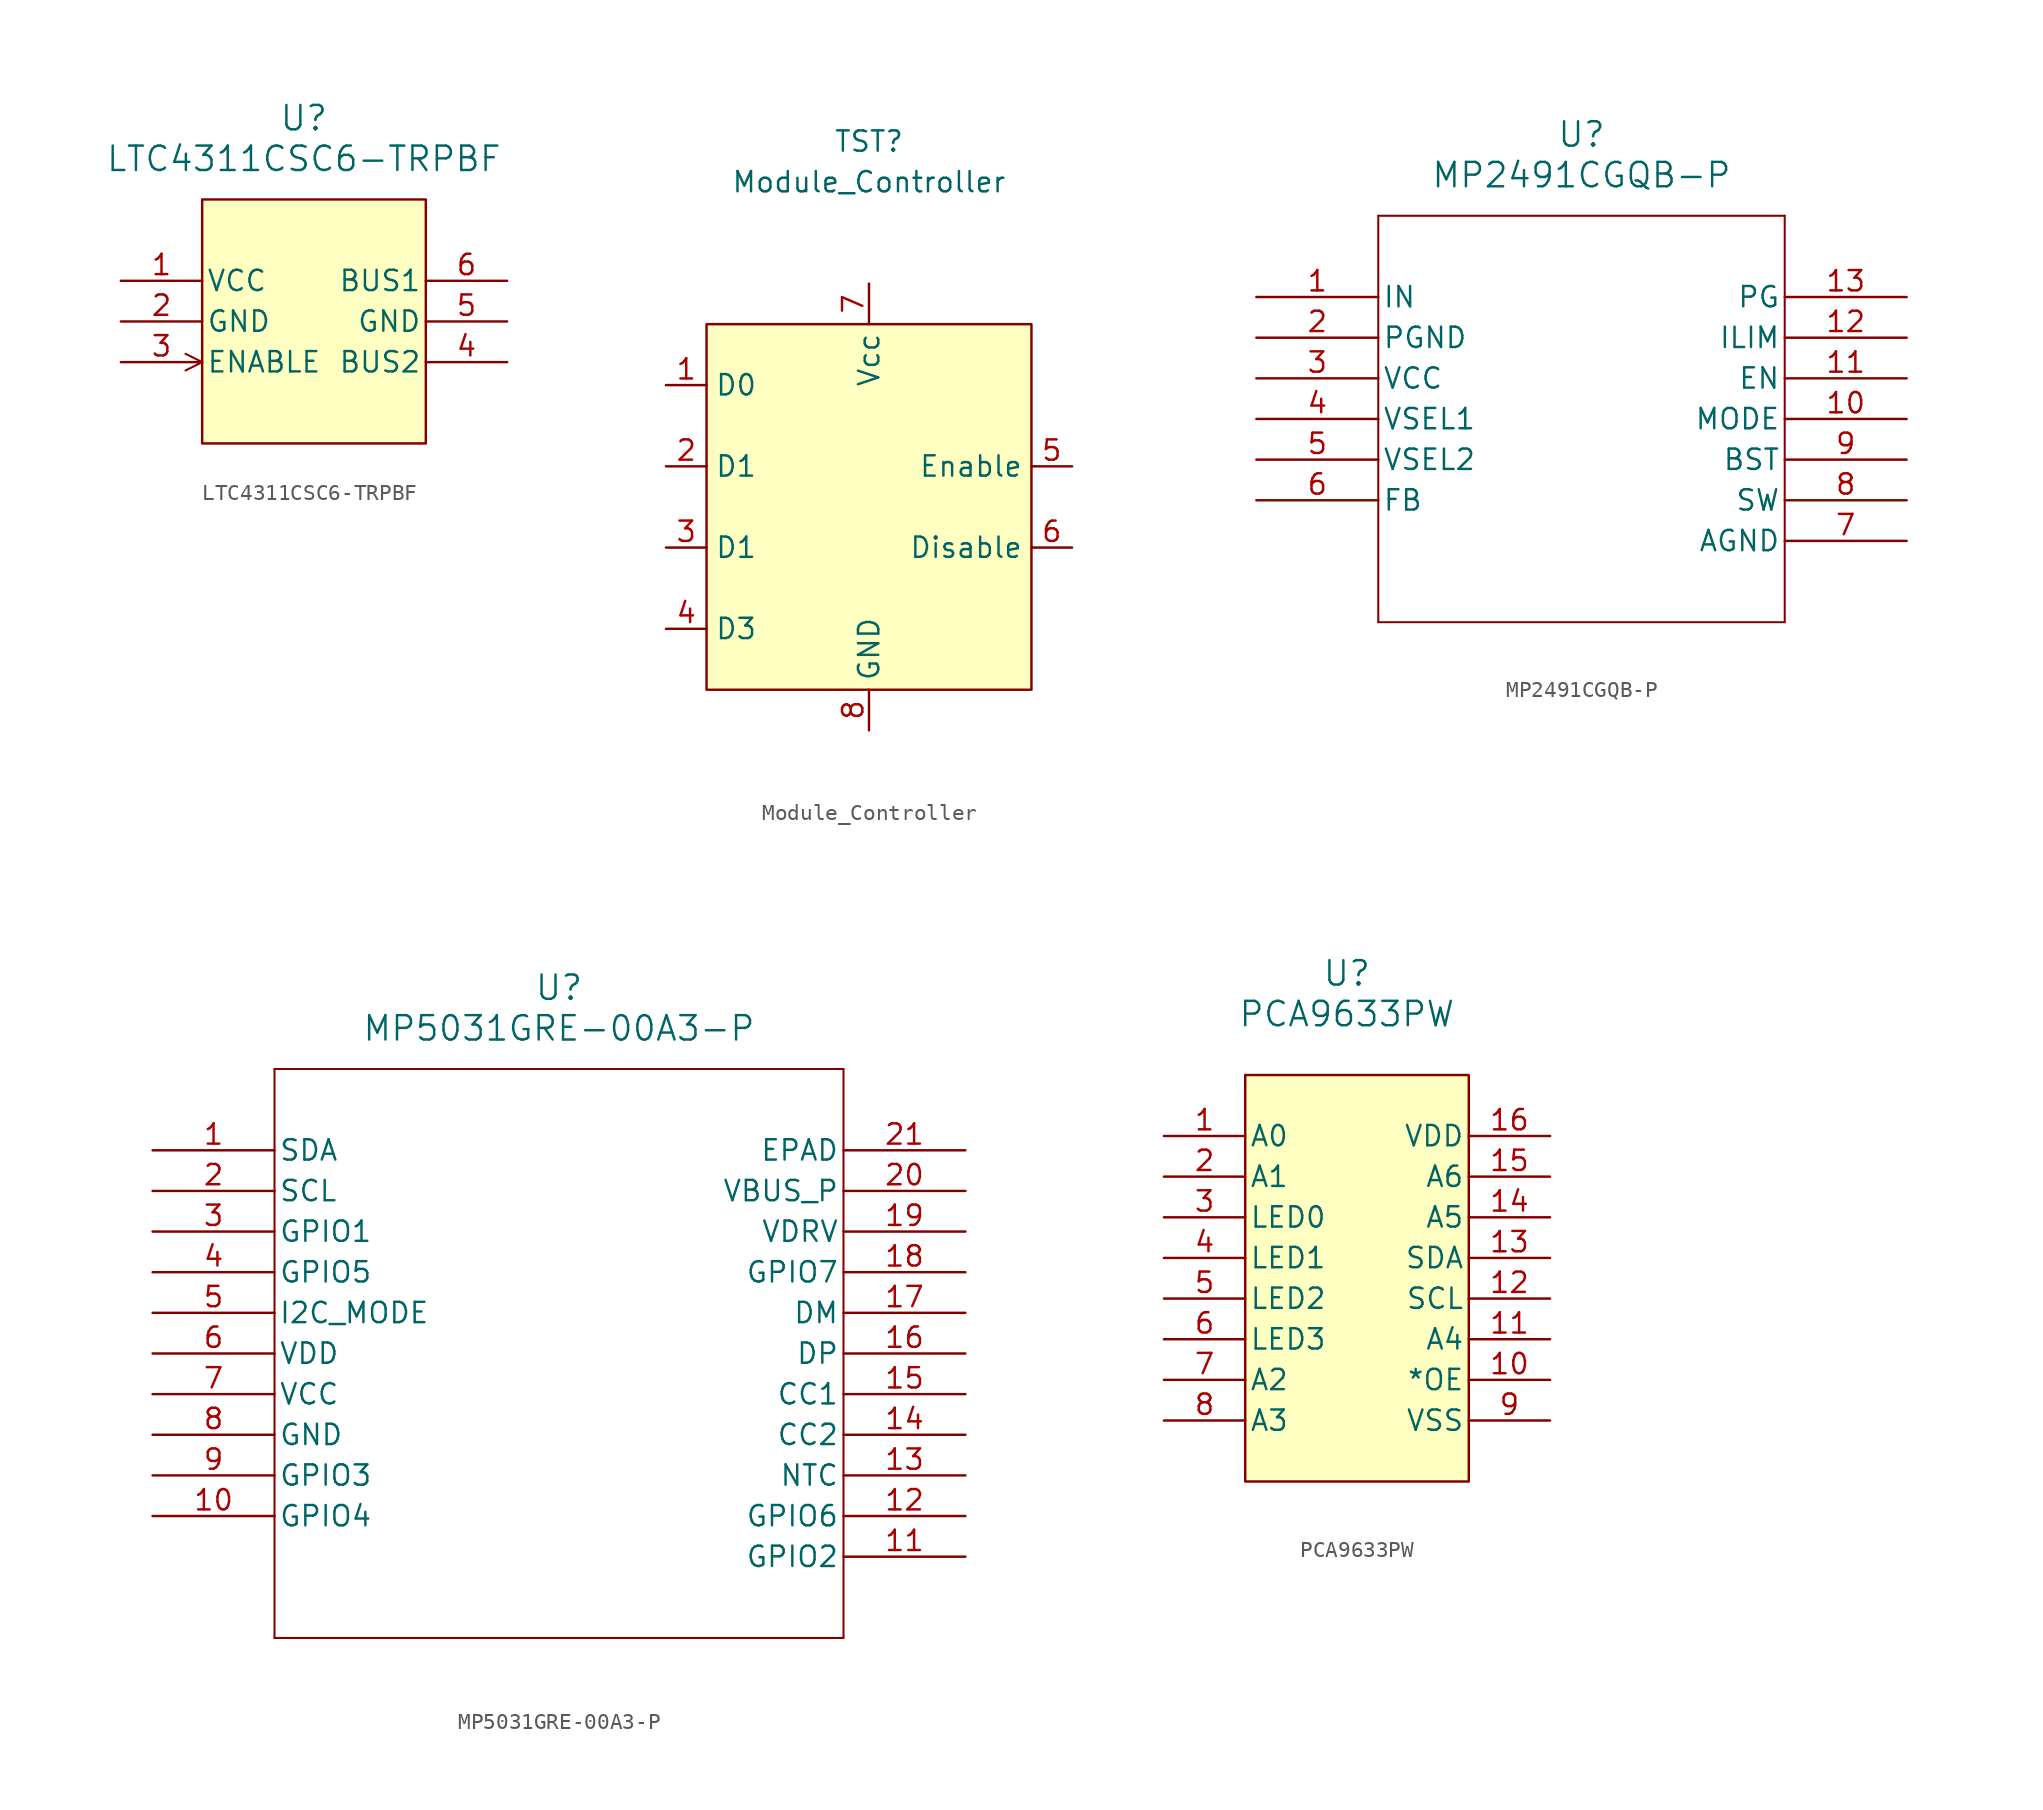
<source format=kicad_sym>
(kicad_symbol_lib
  (version 20211014)
  (generator kicad_symbol_editor)
  (symbol "LTC4311CSC6-TRPBF"
    (pin_names
      (offset 0.254))
    (property "Reference" "U"
      (at 0 12.7 0)
      (effects (font (size 1.524 1.524))))
    (property "Value" "LTC4311CSC6-TRPBF"
      (at 0 10.16 0)
      (effects (font (size 1.524 1.524))))
    (property "ki_locked" ""
      (at 0 0 0)
      (effects (font (size 1.27 1.27))))
    (symbol "LTC4311CSC6-TRPBF_0_1"
      (rectangle (start -6.35 7.62) (end 7.62 -7.62) (stroke (width 0) (type default) (color 0 0 0 0)) (fill (type background)))
      (polyline (pts (xy -6.35 -2.54) (xy -7.391 -3.061)) (stroke (width 0.127) (type default) (color 0 0 0 0)) (fill (type none)))
      (polyline (pts (xy -6.35 -2.54) (xy -7.391 -2.019)) (stroke (width 0.127) (type default) (color 0 0 0 0)) (fill (type none)))
      (pin power_in line (at -11.43 2.54 0) (length 5.08) (name "VCC" (effects (font (size 1.27 1.27)))) (number "1" (effects (font (size 1.27 1.27)))))
      (pin power_in line (at -11.43 0 0) (length 5.08) (name "GND" (effects (font (size 1.27 1.27)))) (number "2" (effects (font (size 1.27 1.27)))))
      (pin input line (at -11.43 -2.54 0) (length 5.08) (name "ENABLE" (effects (font (size 1.27 1.27)))) (number "3" (effects (font (size 1.27 1.27)))))
      (pin unspecified line (at 12.7 -2.54 180) (length 5.08) (name "BUS2" (effects (font (size 1.27 1.27)))) (number "4" (effects (font (size 1.27 1.27)))))
      (pin power_in line (at 12.7 0 180) (length 5.08) (name "GND" (effects (font (size 1.27 1.27)))) (number "5" (effects (font (size 1.27 1.27)))))
      (pin unspecified line (at 12.7 2.54 180) (length 5.08) (name "BUS1" (effects (font (size 1.27 1.27)))) (number "6" (effects (font (size 1.27 1.27)))))))
  (symbol "Module_Controller"
    (property "Reference" "TST"
      (at 0 22.86 0)
      (effects (font (size 1.27 1.27))))
    (property "Value" "Module_Controller"
      (at 0 20.32 0)
      (effects (font (size 1.27 1.27))))
    (symbol "Module_Controller_0_1"
      (rectangle (start -10.16 11.43) (end 10.16 -11.43) (stroke (width 0) (type default) (color 0 0 0 0)) (fill (type background))))
    (symbol "Module_Controller_1_1"
      (pin input line (at -12.7 7.62 0) (length 2.54) (name "D0" (effects (font (size 1.27 1.27)))) (number "1" (effects (font (size 1.27 1.27)))))
      (pin input line (at -12.7 2.54 0) (length 2.54) (name "D1" (effects (font (size 1.27 1.27)))) (number "2" (effects (font (size 1.27 1.27)))))
      (pin input line (at -12.7 -2.54 0) (length 2.54) (name "D1" (effects (font (size 1.27 1.27)))) (number "3" (effects (font (size 1.27 1.27)))))
      (pin input line (at -12.7 -7.62 0) (length 2.54) (name "D3" (effects (font (size 1.27 1.27)))) (number "4" (effects (font (size 1.27 1.27)))))
      (pin input line (at 12.7 2.54 180) (length 2.54) (name "Enable" (effects (font (size 1.27 1.27)))) (number "5" (effects (font (size 1.27 1.27)))))
      (pin input line (at 12.7 -2.54 180) (length 2.54) (name "Disable" (effects (font (size 1.27 1.27)))) (number "6" (effects (font (size 1.27 1.27)))))
      (pin input line (at 0 13.97 270) (length 2.54) (name "Vcc" (effects (font (size 1.27 1.27)))) (number "7" (effects (font (size 1.27 1.27)))))
      (pin input line (at 0 -13.97 90) (length 2.54) (name "GND" (effects (font (size 1.27 1.27)))) (number "8" (effects (font (size 1.27 1.27)))))))
  (symbol "MP2491CGQB-P"
    (pin_names
      (offset 0.254))
    (property "Reference" "U"
      (at 20.32 10.16 0)
      (effects (font (size 1.524 1.524))))
    (property "Value" "MP2491CGQB-P"
      (at 20.32 7.62 0)
      (effects (font (size 1.524 1.524))))
    (property "ki_locked" ""
      (at 0 0 0)
      (effects (font (size 1.27 1.27))))
    (symbol "MP2491CGQB-P_0_1"
      (polyline (pts (xy 7.62 -20.32) (xy 33.02 -20.32)) (stroke (width 0.127) (type default) (color 0 0 0 0)) (fill (type none)))
      (polyline (pts (xy 7.62 5.08) (xy 7.62 -20.32)) (stroke (width 0.127) (type default) (color 0 0 0 0)) (fill (type none)))
      (polyline (pts (xy 33.02 -20.32) (xy 33.02 5.08)) (stroke (width 0.127) (type default) (color 0 0 0 0)) (fill (type none)))
      (polyline (pts (xy 33.02 5.08) (xy 7.62 5.08)) (stroke (width 0.127) (type default) (color 0 0 0 0)) (fill (type none)))
      (pin power_in line (at 0 0 0) (length 7.62) (name "IN" (effects (font (size 1.27 1.27)))) (number "1" (effects (font (size 1.27 1.27)))))
      (pin unspecified line (at 40.64 -7.62 180) (length 7.62) (name "MODE" (effects (font (size 1.27 1.27)))) (number "10" (effects (font (size 1.27 1.27)))))
      (pin unspecified line (at 40.64 -5.08 180) (length 7.62) (name "EN" (effects (font (size 1.27 1.27)))) (number "11" (effects (font (size 1.27 1.27)))))
      (pin unspecified line (at 40.64 -2.54 180) (length 7.62) (name "ILIM" (effects (font (size 1.27 1.27)))) (number "12" (effects (font (size 1.27 1.27)))))
      (pin output line (at 40.64 0 180) (length 7.62) (name "PG" (effects (font (size 1.27 1.27)))) (number "13" (effects (font (size 1.27 1.27)))))
      (pin power_out line (at 0 -2.54 0) (length 7.62) (name "PGND" (effects (font (size 1.27 1.27)))) (number "2" (effects (font (size 1.27 1.27)))))
      (pin power_in line (at 0 -5.08 0) (length 7.62) (name "VCC" (effects (font (size 1.27 1.27)))) (number "3" (effects (font (size 1.27 1.27)))))
      (pin unspecified line (at 0 -7.62 0) (length 7.62) (name "VSEL1" (effects (font (size 1.27 1.27)))) (number "4" (effects (font (size 1.27 1.27)))))
      (pin unspecified line (at 0 -10.16 0) (length 7.62) (name "VSEL2" (effects (font (size 1.27 1.27)))) (number "5" (effects (font (size 1.27 1.27)))))
      (pin unspecified line (at 0 -12.7 0) (length 7.62) (name "FB" (effects (font (size 1.27 1.27)))) (number "6" (effects (font (size 1.27 1.27)))))
      (pin power_out line (at 40.64 -15.24 180) (length 7.62) (name "AGND" (effects (font (size 1.27 1.27)))) (number "7" (effects (font (size 1.27 1.27)))))
      (pin output line (at 40.64 -12.7 180) (length 7.62) (name "SW" (effects (font (size 1.27 1.27)))) (number "8" (effects (font (size 1.27 1.27)))))
      (pin unspecified line (at 40.64 -10.16 180) (length 7.62) (name "BST" (effects (font (size 1.27 1.27)))) (number "9" (effects (font (size 1.27 1.27)))))))
  (symbol "MP5031GRE-00A3-P"
    (pin_names
      (offset 0.254))
    (property "Reference" "U"
      (at 25.4 10.16 0)
      (effects (font (size 1.524 1.524))))
    (property "Value" "MP5031GRE-00A3-P"
      (at 25.4 7.62 0)
      (effects (font (size 1.524 1.524))))
    (property "ki_locked" ""
      (at 0 0 0)
      (effects (font (size 1.27 1.27))))
    (symbol "MP5031GRE-00A3-P_0_1"
      (polyline (pts (xy 7.62 -30.48) (xy 43.18 -30.48)) (stroke (width 0.127) (type default) (color 0 0 0 0)) (fill (type none)))
      (polyline (pts (xy 7.62 5.08) (xy 7.62 -30.48)) (stroke (width 0.127) (type default) (color 0 0 0 0)) (fill (type none)))
      (polyline (pts (xy 43.18 -30.48) (xy 43.18 5.08)) (stroke (width 0.127) (type default) (color 0 0 0 0)) (fill (type none)))
      (polyline (pts (xy 43.18 5.08) (xy 7.62 5.08)) (stroke (width 0.127) (type default) (color 0 0 0 0)) (fill (type none)))
      (pin bidirectional line (at 0 0 0) (length 7.62) (name "SDA" (effects (font (size 1.27 1.27)))) (number "1" (effects (font (size 1.27 1.27)))))
      (pin bidirectional line (at 0 -22.86 0) (length 7.62) (name "GPIO4" (effects (font (size 1.27 1.27)))) (number "10" (effects (font (size 1.27 1.27)))))
      (pin bidirectional line (at 50.8 -25.4 180) (length 7.62) (name "GPIO2" (effects (font (size 1.27 1.27)))) (number "11" (effects (font (size 1.27 1.27)))))
      (pin bidirectional line (at 50.8 -22.86 180) (length 7.62) (name "GPIO6" (effects (font (size 1.27 1.27)))) (number "12" (effects (font (size 1.27 1.27)))))
      (pin input line (at 50.8 -20.32 180) (length 7.62) (name "NTC" (effects (font (size 1.27 1.27)))) (number "13" (effects (font (size 1.27 1.27)))))
      (pin bidirectional line (at 50.8 -17.78 180) (length 7.62) (name "CC2" (effects (font (size 1.27 1.27)))) (number "14" (effects (font (size 1.27 1.27)))))
      (pin bidirectional line (at 50.8 -15.24 180) (length 7.62) (name "CC1" (effects (font (size 1.27 1.27)))) (number "15" (effects (font (size 1.27 1.27)))))
      (pin bidirectional line (at 50.8 -12.7 180) (length 7.62) (name "DP" (effects (font (size 1.27 1.27)))) (number "16" (effects (font (size 1.27 1.27)))))
      (pin bidirectional line (at 50.8 -10.16 180) (length 7.62) (name "DM" (effects (font (size 1.27 1.27)))) (number "17" (effects (font (size 1.27 1.27)))))
      (pin bidirectional line (at 50.8 -7.62 180) (length 7.62) (name "GPIO7" (effects (font (size 1.27 1.27)))) (number "18" (effects (font (size 1.27 1.27)))))
      (pin output line (at 50.8 -5.08 180) (length 7.62) (name "VDRV" (effects (font (size 1.27 1.27)))) (number "19" (effects (font (size 1.27 1.27)))))
      (pin bidirectional line (at 0 -2.54 0) (length 7.62) (name "SCL" (effects (font (size 1.27 1.27)))) (number "2" (effects (font (size 1.27 1.27)))))
      (pin power_in line (at 50.8 -2.54 180) (length 7.62) (name "VBUS_P" (effects (font (size 1.27 1.27)))) (number "20" (effects (font (size 1.27 1.27)))))
      (pin power_in line (at 50.8 0 180) (length 7.62) (name "EPAD" (effects (font (size 1.27 1.27)))) (number "21" (effects (font (size 1.27 1.27)))))
      (pin bidirectional line (at 0 -5.08 0) (length 7.62) (name "GPIO1" (effects (font (size 1.27 1.27)))) (number "3" (effects (font (size 1.27 1.27)))))
      (pin bidirectional line (at 0 -7.62 0) (length 7.62) (name "GPIO5" (effects (font (size 1.27 1.27)))) (number "4" (effects (font (size 1.27 1.27)))))
      (pin input line (at 0 -10.16 0) (length 7.62) (name "I2C_MODE" (effects (font (size 1.27 1.27)))) (number "5" (effects (font (size 1.27 1.27)))))
      (pin power_in line (at 0 -12.7 0) (length 7.62) (name "VDD" (effects (font (size 1.27 1.27)))) (number "6" (effects (font (size 1.27 1.27)))))
      (pin input line (at 0 -15.24 0) (length 7.62) (name "VCC" (effects (font (size 1.27 1.27)))) (number "7" (effects (font (size 1.27 1.27)))))
      (pin power_in line (at 0 -17.78 0) (length 7.62) (name "GND" (effects (font (size 1.27 1.27)))) (number "8" (effects (font (size 1.27 1.27)))))
      (pin bidirectional line (at 0 -20.32 0) (length 7.62) (name "GPIO3" (effects (font (size 1.27 1.27)))) (number "9" (effects (font (size 1.27 1.27)))))))
  (symbol "PCA9633PW"
    (pin_names
      (offset 0.254))
    (property "Reference" "U"
      (at 0 19.05 0)
      (effects (font (size 1.524 1.524))))
    (property "Value" "PCA9633PW"
      (at 0 16.51 0)
      (effects (font (size 1.524 1.524))))
    (property "ki_locked" ""
      (at 0 0 0)
      (effects (font (size 1.27 1.27))))
    (symbol "PCA9633PW_0_1"
      (rectangle (start -6.35 12.7) (end 7.62 -12.7) (stroke (width 0) (type default) (color 0 0 0 0)) (fill (type background)))
      (pin unspecified line (at -11.43 8.89 0) (length 5.08) (name "A0" (effects (font (size 1.27 1.27)))) (number "1" (effects (font (size 1.27 1.27)))))
      (pin unspecified line (at 12.7 -6.35 180) (length 5.08) (name "*OE" (effects (font (size 1.27 1.27)))) (number "10" (effects (font (size 1.27 1.27)))))
      (pin unspecified line (at 12.7 -3.81 180) (length 5.08) (name "A4" (effects (font (size 1.27 1.27)))) (number "11" (effects (font (size 1.27 1.27)))))
      (pin unspecified line (at 12.7 -1.27 180) (length 5.08) (name "SCL" (effects (font (size 1.27 1.27)))) (number "12" (effects (font (size 1.27 1.27)))))
      (pin unspecified line (at 12.7 1.27 180) (length 5.08) (name "SDA" (effects (font (size 1.27 1.27)))) (number "13" (effects (font (size 1.27 1.27)))))
      (pin unspecified line (at 12.7 3.81 180) (length 5.08) (name "A5" (effects (font (size 1.27 1.27)))) (number "14" (effects (font (size 1.27 1.27)))))
      (pin unspecified line (at 12.7 6.35 180) (length 5.08) (name "A6" (effects (font (size 1.27 1.27)))) (number "15" (effects (font (size 1.27 1.27)))))
      (pin unspecified line (at 12.7 8.89 180) (length 5.08) (name "VDD" (effects (font (size 1.27 1.27)))) (number "16" (effects (font (size 1.27 1.27)))))
      (pin unspecified line (at -11.43 6.35 0) (length 5.08) (name "A1" (effects (font (size 1.27 1.27)))) (number "2" (effects (font (size 1.27 1.27)))))
      (pin unspecified line (at -11.43 3.81 0) (length 5.08) (name "LED0" (effects (font (size 1.27 1.27)))) (number "3" (effects (font (size 1.27 1.27)))))
      (pin unspecified line (at -11.43 1.27 0) (length 5.08) (name "LED1" (effects (font (size 1.27 1.27)))) (number "4" (effects (font (size 1.27 1.27)))))
      (pin unspecified line (at -11.43 -1.27 0) (length 5.08) (name "LED2" (effects (font (size 1.27 1.27)))) (number "5" (effects (font (size 1.27 1.27)))))
      (pin unspecified line (at -11.43 -3.81 0) (length 5.08) (name "LED3" (effects (font (size 1.27 1.27)))) (number "6" (effects (font (size 1.27 1.27)))))
      (pin unspecified line (at -11.43 -6.35 0) (length 5.08) (name "A2" (effects (font (size 1.27 1.27)))) (number "7" (effects (font (size 1.27 1.27)))))
      (pin unspecified line (at -11.43 -8.89 0) (length 5.08) (name "A3" (effects (font (size 1.27 1.27)))) (number "8" (effects (font (size 1.27 1.27)))))
      (pin unspecified line (at 12.7 -8.89 180) (length 5.08) (name "VSS" (effects (font (size 1.27 1.27)))) (number "9" (effects (font (size 1.27 1.27))))))))
</source>
